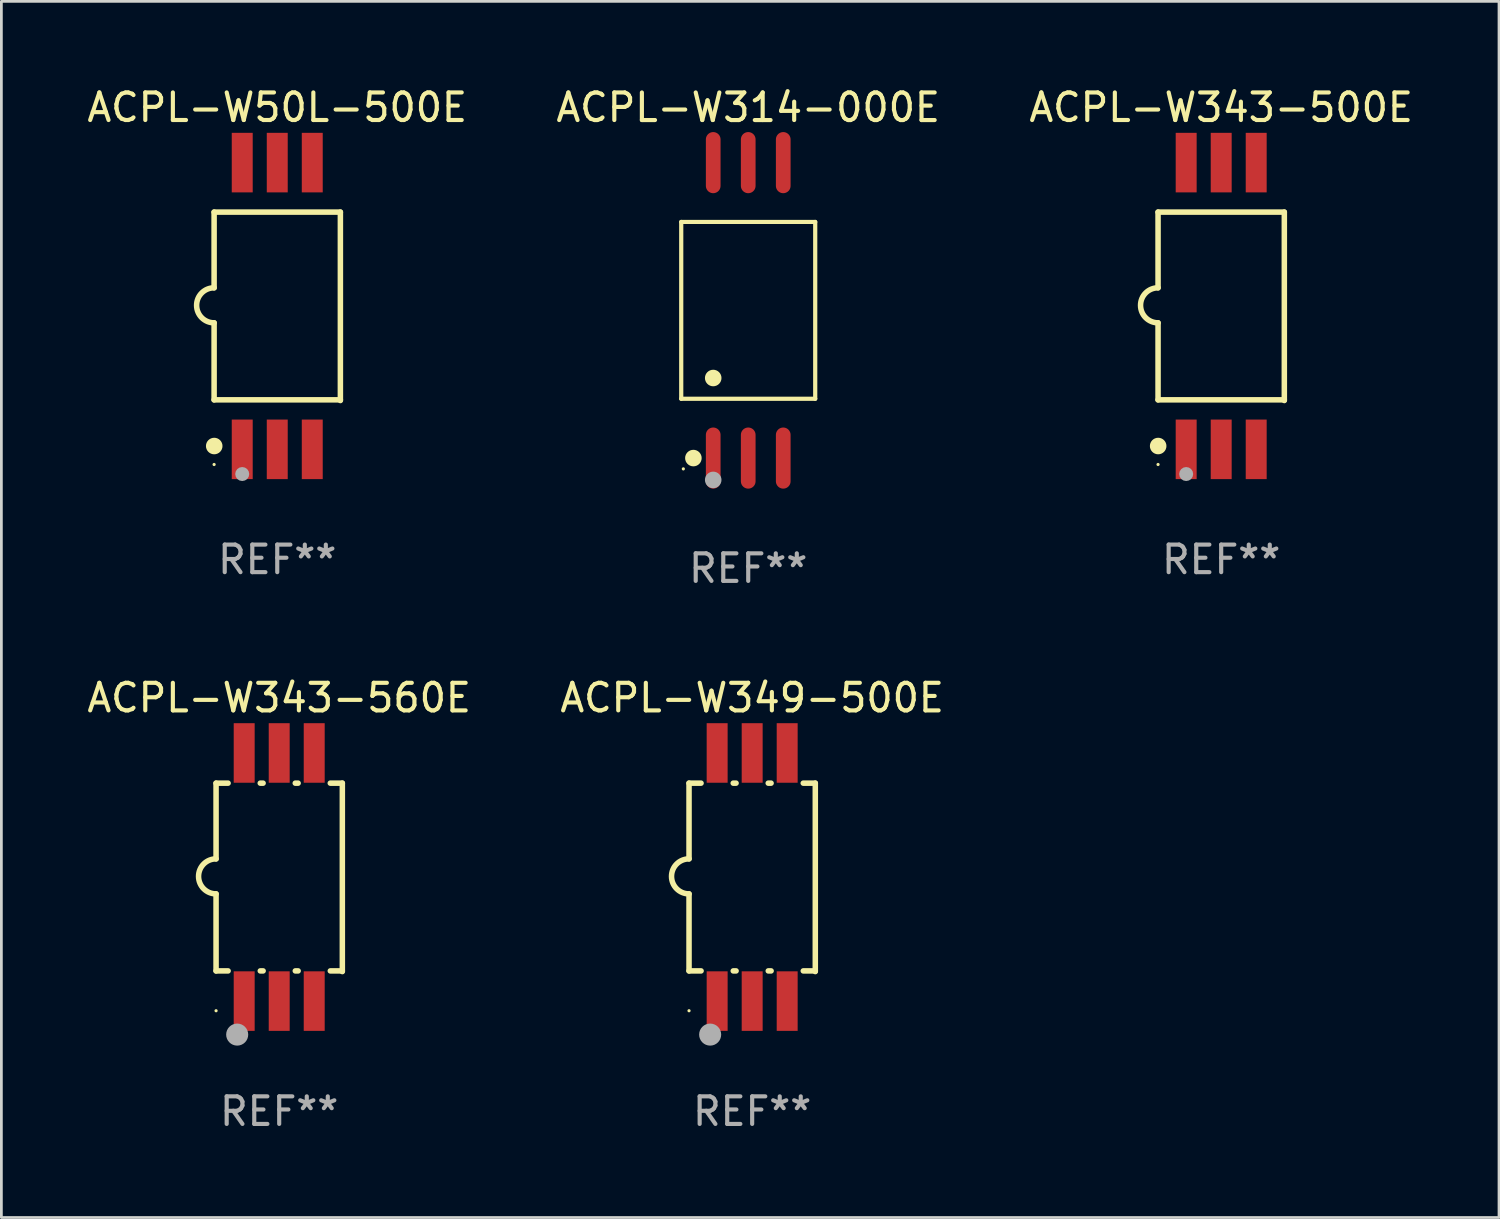
<source format=kicad_pcb>
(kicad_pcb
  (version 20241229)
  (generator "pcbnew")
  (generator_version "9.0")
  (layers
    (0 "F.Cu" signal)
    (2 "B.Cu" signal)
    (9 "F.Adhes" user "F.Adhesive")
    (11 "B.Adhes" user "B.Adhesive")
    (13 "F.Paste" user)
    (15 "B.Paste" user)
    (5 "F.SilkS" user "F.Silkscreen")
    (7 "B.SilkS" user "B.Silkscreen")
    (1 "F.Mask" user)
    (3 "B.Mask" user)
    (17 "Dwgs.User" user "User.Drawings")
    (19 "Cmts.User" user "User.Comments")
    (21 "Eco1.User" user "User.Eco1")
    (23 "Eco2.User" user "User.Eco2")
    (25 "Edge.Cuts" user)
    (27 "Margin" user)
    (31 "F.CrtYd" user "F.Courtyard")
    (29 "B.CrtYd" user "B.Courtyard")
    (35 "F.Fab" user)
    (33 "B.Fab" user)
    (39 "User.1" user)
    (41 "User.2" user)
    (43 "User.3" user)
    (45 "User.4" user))
  (footprint "ACPL-W349-500E"
    (layer "F.Cu")
    (at 24.232 28.761)
    (property "Reference" "ACPL-W349-500E" (at 0 -6.5 0) (layer "F.SilkS") (effects (font (size 1 1) (thickness 0.15))))
    (attr through_hole)
    (fp_line (start -2.29 -3.405) (end -1.854 -3.405) (stroke (width 0.2) (type solid)) (layer "F.SilkS"))
    (fp_line (start -2.29 -0.659) (end -2.29 -3.405) (stroke (width 0.2) (type solid)) (layer "F.SilkS"))
    (fp_line (start -2.29 0.611) (end -2.29 3.405) (stroke (width 0.2) (type solid)) (layer "F.SilkS"))
    (fp_line (start -2.29 3.405) (end -1.853 3.405) (stroke (width 0.2) (type solid)) (layer "F.SilkS"))
    (fp_line (start -0.687 -3.405) (end -0.584 -3.405) (stroke (width 0.2) (type solid)) (layer "F.SilkS"))
    (fp_line (start -0.686 3.405) (end -0.583 3.405) (stroke (width 0.2) (type solid)) (layer "F.SilkS"))
    (fp_line (start 0.583 -3.405) (end 0.686 -3.405) (stroke (width 0.2) (type solid)) (layer "F.SilkS"))
    (fp_line (start 0.584 3.405) (end 0.687 3.405) (stroke (width 0.2) (type solid)) (layer "F.SilkS"))
    (fp_line (start 1.853 -3.405) (end 2.29 -3.405) (stroke (width 0.2) (type solid)) (layer "F.SilkS"))
    (fp_line (start 1.854 3.405) (end 2.29 3.405) (stroke (width 0.2) (type solid)) (layer "F.SilkS"))
    (fp_line (start 2.29 -3.405) (end 2.29 3.429) (stroke (width 0.2) (type solid)) (layer "F.SilkS"))
    (fp_arc (start -2.289916 0.611125) (mid -2.924917 -0.023876) (end -2.289916 -0.658877) (stroke (width 0.199898) (type solid)) (layer "F.SilkS"))
    (fp_circle (center -2.29 4.85) (end -2.26 4.85) (stroke (width 0.06) (type solid)) (fill no) (layer "F.SilkS"))
    (fp_circle (center -1.524 5.715) (end -1.324 5.715) (stroke (width 0.4) (type solid)) (fill no) (layer "F.Fab"))
    (fp_text user "REF**" (at 0 8.5 0) (layer "F.Fab") (effects (font (size 1 1) (thickness 0.15))))
    (pad "1" smd rect (at -1.27 4.5 90) (size 2.16 0.76) (layers "F.Cu" "F.Mask" "F.Paste"))
    (pad "2" smd rect (at 0.000152 4.5 90) (size 2.16 0.76) (layers "F.Cu" "F.Mask" "F.Paste"))
    (pad "3" smd rect (at 1.27 4.5 90) (size 2.16 0.76) (layers "F.Cu" "F.Mask" "F.Paste"))
    (pad "4" smd rect (at 1.27 -4.5 90) (size 2.16 0.76) (layers "F.Cu" "F.Mask" "F.Paste"))
    (pad "5" smd rect (at 0.000152 -4.5 90) (size 2.16 0.76) (layers "F.Cu" "F.Mask" "F.Paste"))
    (pad "6" smd rect (at -1.27 -4.5 90) (size 2.16 0.76) (layers "F.Cu" "F.Mask" "F.Paste")))
  (footprint "ACPL-W343-500E"
    (layer "F.Cu")
    (at 41.244 8.048)
    (property "Reference" "ACPL-W343-500E" (at 0 -7.2 0) (layer "F.SilkS") (effects (font (size 1 1) (thickness 0.15))))
    (attr through_hole)
    (fp_line (start -2.29 -3.405) (end 2.29 -3.405) (stroke (width 0.2) (type solid)) (layer "F.SilkS"))
    (fp_line (start -2.29 -0.659) (end -2.29 -3.405) (stroke (width 0.2) (type solid)) (layer "F.SilkS"))
    (fp_line (start -2.29 0.611) (end -2.29 3.405) (stroke (width 0.2) (type solid)) (layer "F.SilkS"))
    (fp_line (start -2.29 3.405) (end 2.29 3.405) (stroke (width 0.2) (type solid)) (layer "F.SilkS"))
    (fp_line (start 2.29 -3.405) (end 2.29 3.429) (stroke (width 0.2) (type solid)) (layer "F.SilkS"))
    (fp_arc (start -2.289916 0.611125) (mid -2.924917 -0.023876) (end -2.289916 -0.658877) (stroke (width 0.199898) (type solid)) (layer "F.SilkS"))
    (fp_circle (center -2.29 5.75) (end -2.26 5.75) (stroke (width 0.06) (type solid)) (fill no) (layer "F.SilkS"))
    (fp_circle (center -2.286 5.08) (end -2.136 5.08) (stroke (width 0.3) (type solid)) (fill no) (layer "F.SilkS"))
    (fp_circle (center -1.27 6.096) (end -1.143 6.096) (stroke (width 0.254) (type solid)) (fill no) (layer "F.Fab"))
    (fp_text user "REF**" (at 0 9.2 0) (layer "F.Fab") (effects (font (size 1 1) (thickness 0.15))))
    (pad "1" smd rect (at -1.27 5.2 90) (size 2.16 0.76) (layers "F.Cu" "F.Mask" "F.Paste"))
    (pad "2" smd rect (at 0.000152 5.2 90) (size 2.16 0.76) (layers "F.Cu" "F.Mask" "F.Paste"))
    (pad "3" smd rect (at 1.27 5.2 90) (size 2.16 0.76) (layers "F.Cu" "F.Mask" "F.Paste"))
    (pad "4" smd rect (at 1.27 -5.2 90) (size 2.16 0.76) (layers "F.Cu" "F.Mask" "F.Paste"))
    (pad "5" smd rect (at 0.000152 -5.2 90) (size 2.16 0.76) (layers "F.Cu" "F.Mask" "F.Paste"))
    (pad "6" smd rect (at -1.27 -5.2 90) (size 2.16 0.76) (layers "F.Cu" "F.Mask" "F.Paste")))
  (footprint "ACPL-W50L-500E"
    (layer "F.Cu")
    (at 7.006 8.048)
    (property "Reference" "ACPL-W50L-500E" (at 0 -7.2 0) (layer "F.SilkS") (effects (font (size 1 1) (thickness 0.15))))
    (attr through_hole)
    (fp_line (start -2.29 -3.405) (end 2.29 -3.405) (stroke (width 0.2) (type solid)) (layer "F.SilkS"))
    (fp_line (start -2.29 -0.659) (end -2.29 -3.405) (stroke (width 0.2) (type solid)) (layer "F.SilkS"))
    (fp_line (start -2.29 0.611) (end -2.29 3.405) (stroke (width 0.2) (type solid)) (layer "F.SilkS"))
    (fp_line (start -2.29 3.405) (end 2.29 3.405) (stroke (width 0.2) (type solid)) (layer "F.SilkS"))
    (fp_line (start 2.29 -3.405) (end 2.29 3.429) (stroke (width 0.2) (type solid)) (layer "F.SilkS"))
    (fp_arc (start -2.289916 0.611125) (mid -2.924917 -0.023876) (end -2.289916 -0.658877) (stroke (width 0.199898) (type solid)) (layer "F.SilkS"))
    (fp_circle (center -2.29 5.75) (end -2.26 5.75) (stroke (width 0.06) (type solid)) (fill no) (layer "F.SilkS"))
    (fp_circle (center -2.286 5.08) (end -2.136 5.08) (stroke (width 0.3) (type solid)) (fill no) (layer "F.SilkS"))
    (fp_circle (center -1.27 6.096) (end -1.143 6.096) (stroke (width 0.254) (type solid)) (fill no) (layer "F.Fab"))
    (fp_text user "REF**" (at 0 9.2 0) (layer "F.Fab") (effects (font (size 1 1) (thickness 0.15))))
    (pad "1" smd rect (at -1.27 5.2 90) (size 2.16 0.76) (layers "F.Cu" "F.Mask" "F.Paste"))
    (pad "2" smd rect (at 0.000152 5.2 90) (size 2.16 0.76) (layers "F.Cu" "F.Mask" "F.Paste"))
    (pad "3" smd rect (at 1.27 5.2 90) (size 2.16 0.76) (layers "F.Cu" "F.Mask" "F.Paste"))
    (pad "4" smd rect (at 1.27 -5.2 90) (size 2.16 0.76) (layers "F.Cu" "F.Mask" "F.Paste"))
    (pad "5" smd rect (at 0.000152 -5.2 90) (size 2.16 0.76) (layers "F.Cu" "F.Mask" "F.Paste"))
    (pad "6" smd rect (at -1.27 -5.2 90) (size 2.16 0.76) (layers "F.Cu" "F.Mask" "F.Paste")))
  (footprint "ACPL-W314-000E"
    (layer "F.Cu")
    (at 24.089 8.207)
    (property "Reference" "ACPL-W314-000E" (at 0 -7.358 0) (layer "F.SilkS") (effects (font (size 1 1) (thickness 0.15))))
    (attr through_hole)
    (fp_line (start -2.43 -3.207) (end 2.43 -3.207) (stroke (width 0.152) (type solid)) (layer "F.SilkS"))
    (fp_line (start -2.43 3.207) (end -2.43 -3.207) (stroke (width 0.152) (type solid)) (layer "F.SilkS"))
    (fp_line (start 2.43 -3.207) (end 2.43 3.207) (stroke (width 0.152) (type solid)) (layer "F.SilkS"))
    (fp_line (start 2.43 3.207) (end -2.43 3.207) (stroke (width 0.152) (type solid)) (layer "F.SilkS"))
    (fp_circle (center -2.354 5.75) (end -2.324 5.75) (stroke (width 0.06) (type solid)) (fill no) (layer "F.SilkS"))
    (fp_circle (center -1.989 5.358) (end -1.839 5.358) (stroke (width 0.3) (type solid)) (fill no) (layer "F.SilkS"))
    (fp_circle (center -1.27 2.454) (end -1.12 2.454) (stroke (width 0.3) (type solid)) (fill no) (layer "F.SilkS"))
    (fp_circle (center -1.27 6.15) (end -1.12 6.15) (stroke (width 0.3) (type solid)) (fill no) (layer "F.Fab"))
    (fp_text user "REF**" (at 0 9.358 0) (layer "F.Fab") (effects (font (size 1 1) (thickness 0.15))))
    (pad "1" smd oval (at -1.27 5.358) (size 0.533 2.217) (layers "F.Cu" "F.Mask" "F.Paste"))
    (pad "2" smd oval (at 0 5.358) (size 0.533 2.217) (layers "F.Cu" "F.Mask" "F.Paste"))
    (pad "3" smd oval (at 1.27 5.358) (size 0.533 2.217) (layers "F.Cu" "F.Mask" "F.Paste"))
    (pad "4" smd oval (at 1.27 -5.358) (size 0.533 2.217) (layers "F.Cu" "F.Mask" "F.Paste"))
    (pad "5" smd oval (at 0 -5.358) (size 0.533 2.217) (layers "F.Cu" "F.Mask" "F.Paste"))
    (pad "6" smd oval (at -1.27 -5.358) (size 0.533 2.217) (layers "F.Cu" "F.Mask" "F.Paste")))
  (footprint "ACPL-W343-560E"
    (layer "F.Cu")
    (at 7.077 28.761)
    (property "Reference" "ACPL-W343-560E" (at 0 -6.5 0) (layer "F.SilkS") (effects (font (size 1 1) (thickness 0.15))))
    (attr through_hole)
    (fp_line (start -2.29 -3.405) (end -1.854 -3.405) (stroke (width 0.2) (type solid)) (layer "F.SilkS"))
    (fp_line (start -2.29 -0.659) (end -2.29 -3.405) (stroke (width 0.2) (type solid)) (layer "F.SilkS"))
    (fp_line (start -2.29 0.611) (end -2.29 3.405) (stroke (width 0.2) (type solid)) (layer "F.SilkS"))
    (fp_line (start -2.29 3.405) (end -1.853 3.405) (stroke (width 0.2) (type solid)) (layer "F.SilkS"))
    (fp_line (start -0.687 -3.405) (end -0.584 -3.405) (stroke (width 0.2) (type solid)) (layer "F.SilkS"))
    (fp_line (start -0.686 3.405) (end -0.583 3.405) (stroke (width 0.2) (type solid)) (layer "F.SilkS"))
    (fp_line (start 0.583 -3.405) (end 0.686 -3.405) (stroke (width 0.2) (type solid)) (layer "F.SilkS"))
    (fp_line (start 0.584 3.405) (end 0.687 3.405) (stroke (width 0.2) (type solid)) (layer "F.SilkS"))
    (fp_line (start 1.853 -3.405) (end 2.29 -3.405) (stroke (width 0.2) (type solid)) (layer "F.SilkS"))
    (fp_line (start 1.854 3.405) (end 2.29 3.405) (stroke (width 0.2) (type solid)) (layer "F.SilkS"))
    (fp_line (start 2.29 -3.405) (end 2.29 3.429) (stroke (width 0.2) (type solid)) (layer "F.SilkS"))
    (fp_arc (start -2.289916 0.611125) (mid -2.924917 -0.023876) (end -2.289916 -0.658877) (stroke (width 0.199898) (type solid)) (layer "F.SilkS"))
    (fp_circle (center -2.29 4.85) (end -2.26 4.85) (stroke (width 0.06) (type solid)) (fill no) (layer "F.SilkS"))
    (fp_circle (center -1.524 5.715) (end -1.324 5.715) (stroke (width 0.4) (type solid)) (fill no) (layer "F.Fab"))
    (fp_text user "REF**" (at 0 8.5 0) (layer "F.Fab") (effects (font (size 1 1) (thickness 0.15))))
    (pad "1" smd rect (at -1.27 4.5 90) (size 2.16 0.76) (layers "F.Cu" "F.Mask" "F.Paste"))
    (pad "2" smd rect (at 0.000152 4.5 90) (size 2.16 0.76) (layers "F.Cu" "F.Mask" "F.Paste"))
    (pad "3" smd rect (at 1.27 4.5 90) (size 2.16 0.76) (layers "F.Cu" "F.Mask" "F.Paste"))
    (pad "4" smd rect (at 1.27 -4.5 90) (size 2.16 0.76) (layers "F.Cu" "F.Mask" "F.Paste"))
    (pad "5" smd rect (at 0.000152 -4.5 90) (size 2.16 0.76) (layers "F.Cu" "F.Mask" "F.Paste"))
    (pad "6" smd rect (at -1.27 -4.5 90) (size 2.16 0.76) (layers "F.Cu" "F.Mask" "F.Paste")))
  (gr_rect
    (start -3 -3)
    (end 51.321 41.11)
    (stroke (width 0.1) (type default))
    (fill no)
    (layer "Edge.Cuts")))
</source>
